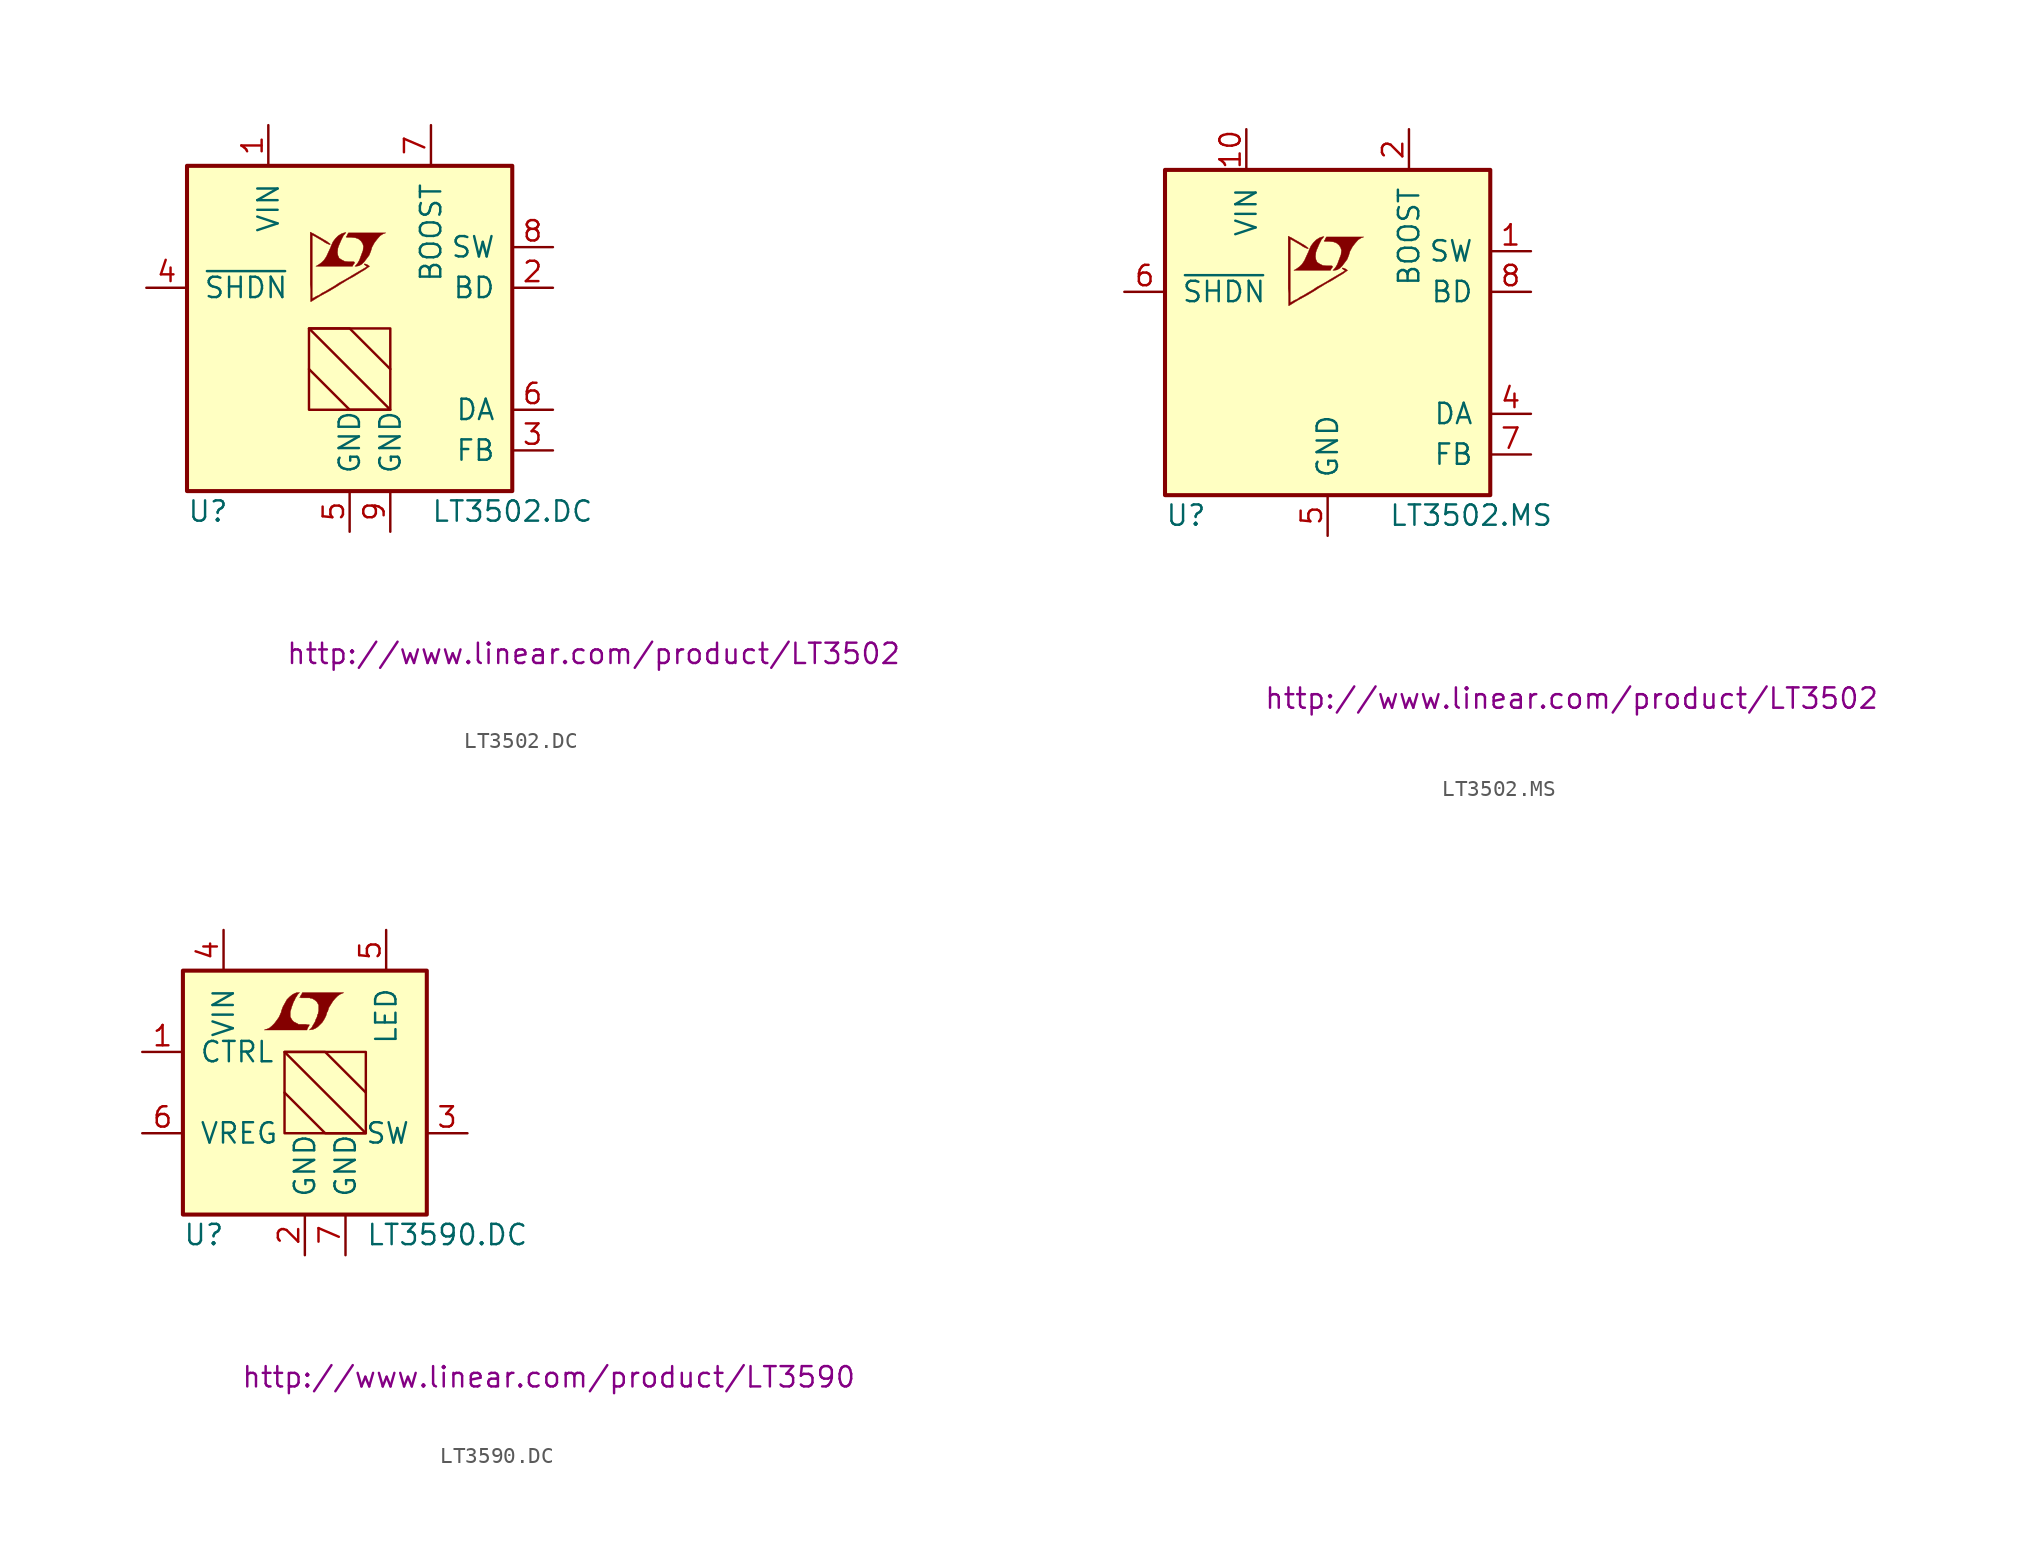
<source format=kicad_sym>
(kicad_symbol_lib
  (version 20201005)
  (generator kicad_symbol_editor)
  (symbol "LT3502.DC"
    (pin_names
      (offset 1.016))
    (property "Reference" "U"
      (at -10.16 -11.43 0)
      (effects (font (size 1.27 1.27)) (justify left)))
    (property "Value" "LT3502.DC"
      (at 5.08 -11.43 0)
      (effects (font (size 1.27 1.27)) (justify left)))
    (property "Datasheet" "http://www.linear.com/product/LT3502"
      (at 15.24 -20.32 0)
      (effects (font (size 1.27 1.27))))
    (symbol "LT3502.DC_0_0"
      (polyline (pts (xy 0.584 3.912) (xy 0.762 4.013) (xy 0.914 4.166) (xy 1.219 4.572) (xy 1.321 4.826) (xy 1.397 5.08) (xy 1.549 5.359) (xy 1.727 5.588) (xy 1.905 5.791) (xy 2.108 5.918) (xy 2.261 5.969) (xy -0.076 5.969) (xy -0.152 5.842) (xy -0.152 5.817) (xy -0.203 5.74) (xy -0.229 5.715) (xy -0.178 5.69) (xy 0.102 5.69) (xy 0.356 5.664) (xy 0.559 5.588) (xy 0.711 5.461) (xy 0.813 5.309) (xy 0.864 5.131) (xy 0.838 4.902) (xy 0.838 4.877) (xy 0.61 4.267) (xy 0.508 4.089) (xy 0.406 3.962) (xy 0.33 3.886) (xy 0.432 3.886) (xy 0.584 3.912)) (stroke (width 0.025)) (fill (type outline)))
      (polyline (pts (xy 0.229 3.988) (xy 0.254 4.013) (xy 0.305 4.089) (xy 0.305 4.14) (xy 0.254 4.166) (xy -0.051 4.166) (xy -0.305 4.191) (xy -0.508 4.293) (xy -0.66 4.394) (xy -0.737 4.572) (xy -0.762 4.75) (xy -0.737 4.978) (xy -0.737 5.004) (xy -0.686 5.156) (xy -0.533 5.512) (xy -0.381 5.817) (xy -0.305 5.893) (xy -0.229 5.994) (xy -0.356 5.969) (xy -0.508 5.918) (xy -0.711 5.791) (xy -0.889 5.613) (xy -1.041 5.41) (xy -1.168 5.131) (xy -1.168 5.105) (xy -1.321 4.775) (xy -1.448 4.496) (xy -1.6 4.267) (xy -1.753 4.115) (xy -1.93 3.988) (xy -2.108 3.886) (xy 0.178 3.886) (xy 0.229 3.988)) (stroke (width 0.025)) (fill (type outline)))
      (polyline (pts (xy -2.362 1.702) (xy -2.286 1.753) (xy -2.159 1.829) (xy -2.083 1.88) (xy -1.829 2.032) (xy -1.27 2.337) (xy -0.762 2.642) (xy -0.533 2.794) (xy -0.356 2.896) (xy -0.203 2.997) (xy -0.102 3.048) (xy -0.025 3.099) (xy 0.127 3.175) (xy 0.305 3.277) (xy 0.711 3.531) (xy 0.889 3.632) (xy 1.041 3.734) (xy 1.143 3.81) (xy 1.219 3.861) (xy 1.245 3.886) (xy 1.092 3.988) (xy 0.94 4.039) (xy 0.914 4.013) (xy 0.914 3.988) (xy 0.991 3.937) (xy 1.092 3.861) (xy 0.178 3.327) (xy -0.025 3.2) (xy -0.33 3.023) (xy -0.66 2.845) (xy -0.965 2.642) (xy -1.27 2.464) (xy -1.524 2.311) (xy -1.727 2.21) (xy -1.905 2.083) (xy -2.083 2.007) (xy -2.21 1.93) (xy -2.311 1.88) (xy -2.337 1.854) (xy -2.337 5.842) (xy -1.803 5.537) (xy -1.676 5.461) (xy -1.524 5.359) (xy -1.372 5.283) (xy -1.295 5.258) (xy -1.245 5.232) (xy -1.219 5.232) (xy -1.219 5.283) (xy -1.295 5.334) (xy -1.422 5.436) (xy -1.6 5.537) (xy -1.727 5.613) (xy -2.083 5.817) (xy -2.21 5.893) (xy -2.464 6.02) (xy -2.464 2.743) (xy -2.438 2.438) (xy -2.438 1.676) (xy -2.413 1.676) (xy -2.362 1.702)) (stroke (width 0.025)) (fill (type outline))))
    (symbol "LT3502.DC_0_1"
      (rectangle (start -10.16 10.16) (end 10.16 -10.16) (stroke (width 0.254)) (fill (type background)))
      (rectangle (start -2.54 0) (end 2.54 -5.08) (stroke (width 0)) (fill (type none)))
      (polyline (pts (xy -2.54 -2.54) (xy 0 -5.08) (xy 2.54 -5.08) (xy -2.54 0) (xy 0 0) (xy 2.54 -2.54)) (stroke (width 0)) (fill (type none))))
    (symbol "LT3502.DC_1_1"
      (pin power_in line (at -5.08 12.7 270) (length 2.54) (name "VIN" (effects (font (size 1.27 1.27)))) (number "1" (effects (font (size 1.27 1.27)))))
      (pin passive line (at 12.7 2.54 180) (length 2.54) (name "BD" (effects (font (size 1.27 1.27)))) (number "2" (effects (font (size 1.27 1.27)))))
      (pin passive line (at 12.7 -7.62 180) (length 2.54) (name "FB" (effects (font (size 1.27 1.27)))) (number "3" (effects (font (size 1.27 1.27)))))
      (pin input line (at -12.7 2.54 0) (length 2.54) (name "~SHDN~" (effects (font (size 1.27 1.27)))) (number "4" (effects (font (size 1.27 1.27)))))
      (pin power_in line (at 0 -12.7 90) (length 2.54) (name "GND" (effects (font (size 1.27 1.27)))) (number "5" (effects (font (size 1.27 1.27)))))
      (pin passive line (at 12.7 -5.08 180) (length 2.54) (name "DA" (effects (font (size 1.27 1.27)))) (number "6" (effects (font (size 1.27 1.27)))))
      (pin passive line (at 5.08 12.7 270) (length 2.54) (name "BOOST" (effects (font (size 1.27 1.27)))) (number "7" (effects (font (size 1.27 1.27)))))
      (pin passive line (at 12.7 5.08 180) (length 2.54) (name "SW" (effects (font (size 1.27 1.27)))) (number "8" (effects (font (size 1.27 1.27)))))
      (pin power_in line (at 2.54 -12.7 90) (length 2.54) (name "GND" (effects (font (size 1.27 1.27)))) (number "9" (effects (font (size 1.27 1.27)))))))
  (symbol "LT3502.MS"
    (pin_names
      (offset 1.016))
    (property "Reference" "U"
      (at -10.16 -11.43 0)
      (effects (font (size 1.27 1.27)) (justify left)))
    (property "Value" "LT3502.MS"
      (at 3.81 -11.43 0)
      (effects (font (size 1.27 1.27)) (justify left)))
    (property "Datasheet" "http://www.linear.com/product/LT3502"
      (at 15.24 -22.86 0)
      (effects (font (size 1.27 1.27))))
    (symbol "LT3502.MS_0_0"
      (polyline (pts (xy 0.584 3.912) (xy 0.762 4.013) (xy 0.914 4.166) (xy 1.219 4.572) (xy 1.321 4.826) (xy 1.397 5.08) (xy 1.549 5.359) (xy 1.727 5.588) (xy 1.905 5.791) (xy 2.108 5.918) (xy 2.261 5.969) (xy -0.076 5.969) (xy -0.152 5.842) (xy -0.152 5.817) (xy -0.203 5.74) (xy -0.229 5.715) (xy -0.178 5.69) (xy 0.102 5.69) (xy 0.356 5.664) (xy 0.559 5.588) (xy 0.711 5.461) (xy 0.813 5.309) (xy 0.864 5.131) (xy 0.838 4.902) (xy 0.838 4.877) (xy 0.61 4.267) (xy 0.508 4.089) (xy 0.406 3.962) (xy 0.33 3.886) (xy 0.432 3.886) (xy 0.584 3.912)) (stroke (width 0.025)) (fill (type outline)))
      (polyline (pts (xy 0.229 3.988) (xy 0.254 4.013) (xy 0.305 4.089) (xy 0.305 4.14) (xy 0.254 4.166) (xy -0.051 4.166) (xy -0.305 4.191) (xy -0.508 4.293) (xy -0.66 4.394) (xy -0.737 4.572) (xy -0.762 4.75) (xy -0.737 4.978) (xy -0.737 5.004) (xy -0.686 5.156) (xy -0.533 5.512) (xy -0.381 5.817) (xy -0.305 5.893) (xy -0.229 5.994) (xy -0.356 5.969) (xy -0.508 5.918) (xy -0.711 5.791) (xy -0.889 5.613) (xy -1.041 5.41) (xy -1.168 5.131) (xy -1.168 5.105) (xy -1.321 4.775) (xy -1.448 4.496) (xy -1.6 4.267) (xy -1.753 4.115) (xy -1.93 3.988) (xy -2.108 3.886) (xy 0.178 3.886) (xy 0.229 3.988)) (stroke (width 0.025)) (fill (type outline)))
      (polyline (pts (xy -2.362 1.702) (xy -2.286 1.753) (xy -2.159 1.829) (xy -2.083 1.88) (xy -1.829 2.032) (xy -1.27 2.337) (xy -0.762 2.642) (xy -0.533 2.794) (xy -0.356 2.896) (xy -0.203 2.997) (xy -0.102 3.048) (xy -0.025 3.099) (xy 0.127 3.175) (xy 0.305 3.277) (xy 0.711 3.531) (xy 0.889 3.632) (xy 1.041 3.734) (xy 1.143 3.81) (xy 1.219 3.861) (xy 1.245 3.886) (xy 1.092 3.988) (xy 0.94 4.039) (xy 0.914 4.013) (xy 0.914 3.988) (xy 0.991 3.937) (xy 1.092 3.861) (xy 0.178 3.327) (xy -0.025 3.2) (xy -0.33 3.023) (xy -0.66 2.845) (xy -0.965 2.642) (xy -1.27 2.464) (xy -1.524 2.311) (xy -1.727 2.21) (xy -1.905 2.083) (xy -2.083 2.007) (xy -2.21 1.93) (xy -2.311 1.88) (xy -2.337 1.854) (xy -2.337 5.842) (xy -1.803 5.537) (xy -1.676 5.461) (xy -1.524 5.359) (xy -1.372 5.283) (xy -1.295 5.258) (xy -1.245 5.232) (xy -1.219 5.232) (xy -1.219 5.283) (xy -1.295 5.334) (xy -1.422 5.436) (xy -1.6 5.537) (xy -1.727 5.613) (xy -2.083 5.817) (xy -2.21 5.893) (xy -2.464 6.02) (xy -2.464 2.743) (xy -2.438 2.438) (xy -2.438 1.676) (xy -2.413 1.676) (xy -2.362 1.702)) (stroke (width 0.025)) (fill (type outline))))
    (symbol "LT3502.MS_0_1"
      (rectangle (start -10.16 10.16) (end 10.16 -10.16) (stroke (width 0.254)) (fill (type background))))
    (symbol "LT3502.MS_1_1"
      (pin passive line (at 12.7 5.08 180) (length 2.54) (name "SW" (effects (font (size 1.27 1.27)))) (number "1" (effects (font (size 1.27 1.27)))))
      (pin power_in line (at -5.08 12.7 270) (length 2.54) (name "VIN" (effects (font (size 1.27 1.27)))) (number "10" (effects (font (size 1.27 1.27)))))
      (pin passive line (at 5.08 12.7 270) (length 2.54) (name "BOOST" (effects (font (size 1.27 1.27)))) (number "2" (effects (font (size 1.27 1.27)))))
      (pin passive line (at -5.08 -12.7 90) (length 2.54) hide (name "NC" (effects (font (size 1.27 1.27)))) (number "2" (effects (font (size 1.27 1.27)))))
      (pin passive line (at 12.7 -5.08 180) (length 2.54) (name "DA" (effects (font (size 1.27 1.27)))) (number "4" (effects (font (size 1.27 1.27)))))
      (pin power_in line (at 0 -12.7 90) (length 2.54) (name "GND" (effects (font (size 1.27 1.27)))) (number "5" (effects (font (size 1.27 1.27)))))
      (pin input line (at -12.7 2.54 0) (length 2.54) (name "~SHDN~" (effects (font (size 1.27 1.27)))) (number "6" (effects (font (size 1.27 1.27)))))
      (pin passive line (at 12.7 -7.62 180) (length 2.54) (name "FB" (effects (font (size 1.27 1.27)))) (number "7" (effects (font (size 1.27 1.27)))))
      (pin passive line (at 12.7 2.54 180) (length 2.54) (name "BD" (effects (font (size 1.27 1.27)))) (number "8" (effects (font (size 1.27 1.27)))))
      (pin passive line (at -2.54 -12.7 90) (length 2.54) hide (name "NC" (effects (font (size 1.27 1.27)))) (number "9" (effects (font (size 1.27 1.27)))))))
  (symbol "LT3590.DC"
    (pin_names
      (offset 1.016))
    (property "Reference" "U"
      (at -7.62 -8.89 0)
      (effects (font (size 1.27 1.27)) (justify left)))
    (property "Value" "LT3590.DC"
      (at 3.81 -8.89 0)
      (effects (font (size 1.27 1.27)) (justify left)))
    (property "Datasheet" "http://www.linear.com/product/LT3590"
      (at 15.24 -17.78 0)
      (effects (font (size 1.27 1.27))))
    (symbol "LT3590.DC_0_0"
      (polyline (pts (xy 0.203 4.089) (xy 0.229 4.115) (xy 0.279 4.216) (xy 0.279 4.242) (xy 0.152 4.242) (xy 0.051 4.267) (xy -0.406 4.267) (xy -0.432 4.293) (xy -0.686 4.42) (xy -0.787 4.521) (xy -0.864 4.648) (xy -0.914 4.75) (xy -0.914 5.055) (xy -0.864 5.207) (xy -0.838 5.309) (xy -0.813 5.385) (xy -0.762 5.512) (xy -0.711 5.664) (xy -0.635 5.791) (xy -0.584 5.918) (xy -0.508 6.02) (xy -0.457 6.121) (xy -0.33 6.248) (xy -0.508 6.248) (xy -0.635 6.198) (xy -0.737 6.147) (xy -0.813 6.096) (xy -0.94 5.994) (xy -1.118 5.817) (xy -1.372 5.359) (xy -1.473 5.08) (xy -1.473 5.029) (xy -1.524 4.928) (xy -1.575 4.801) (xy -1.626 4.699) (xy -1.753 4.521) (xy -1.905 4.318) (xy -2.057 4.166) (xy -2.21 4.039) (xy -2.388 3.962) (xy -2.54 3.912) (xy 0.127 3.912) (xy 0.203 4.089)) (stroke (width 0.025)) (fill (type outline)))
      (polyline (pts (xy 0.406 3.937) (xy 0.483 3.937) (xy 0.66 4.013) (xy 0.813 4.115) (xy 1.092 4.394) (xy 1.219 4.597) (xy 1.321 4.801) (xy 1.397 5.055) (xy 1.422 5.055) (xy 1.499 5.309) (xy 1.753 5.715) (xy 1.905 5.893) (xy 2.057 6.045) (xy 2.21 6.147) (xy 2.388 6.223) (xy 2.413 6.223) (xy 2.413 6.248) (xy -0.152 6.248) (xy -0.229 6.096) (xy -0.254 6.071) (xy -0.305 5.969) (xy -0.33 5.944) (xy -0.279 5.944) (xy -0.229 5.918) (xy 0.305 5.918) (xy 0.356 5.893) (xy 0.406 5.893) (xy 0.483 5.867) (xy 0.61 5.791) (xy 0.737 5.69) (xy 0.813 5.563) (xy 0.838 5.512) (xy 0.864 5.486) (xy 0.864 5.08) (xy 0.838 5.029) (xy 0.838 4.953) (xy 0.787 4.851) (xy 0.762 4.724) (xy 0.686 4.572) (xy 0.635 4.42) (xy 0.483 4.166) (xy 0.432 4.064) (xy 0.279 3.912) (xy 0.406 3.937)) (stroke (width 0.025)) (fill (type outline))))
    (symbol "LT3590.DC_0_1"
      (rectangle (start -7.62 7.62) (end 7.62 -7.62) (stroke (width 0.254)) (fill (type background)))
      (rectangle (start -1.27 2.54) (end 3.81 -2.54) (stroke (width 0)) (fill (type none)))
      (polyline (pts (xy -1.27 0) (xy 1.27 -2.54) (xy 3.81 -2.54) (xy -1.27 2.54) (xy 1.27 2.54) (xy 3.81 0)) (stroke (width 0)) (fill (type none))))
    (symbol "LT3590.DC_1_1"
      (pin input line (at -10.16 2.54 0) (length 2.54) (name "CTRL" (effects (font (size 1.27 1.27)))) (number "1" (effects (font (size 1.27 1.27)))))
      (pin power_in line (at 0 -10.16 90) (length 2.54) (name "GND" (effects (font (size 1.27 1.27)))) (number "2" (effects (font (size 1.27 1.27)))))
      (pin passive line (at 10.16 -2.54 180) (length 2.54) (name "SW" (effects (font (size 1.27 1.27)))) (number "3" (effects (font (size 1.27 1.27)))))
      (pin power_in line (at -5.08 10.16 270) (length 2.54) (name "VIN" (effects (font (size 1.27 1.27)))) (number "4" (effects (font (size 1.27 1.27)))))
      (pin power_out line (at 5.08 10.16 270) (length 2.54) (name "LED" (effects (font (size 1.27 1.27)))) (number "5" (effects (font (size 1.27 1.27)))))
      (pin passive line (at -10.16 -2.54 0) (length 2.54) (name "VREG" (effects (font (size 1.27 1.27)))) (number "6" (effects (font (size 1.27 1.27)))))
      (pin power_in line (at 2.54 -10.16 90) (length 2.54) (name "GND" (effects (font (size 1.27 1.27)))) (number "7" (effects (font (size 1.27 1.27))))))))
</source>
